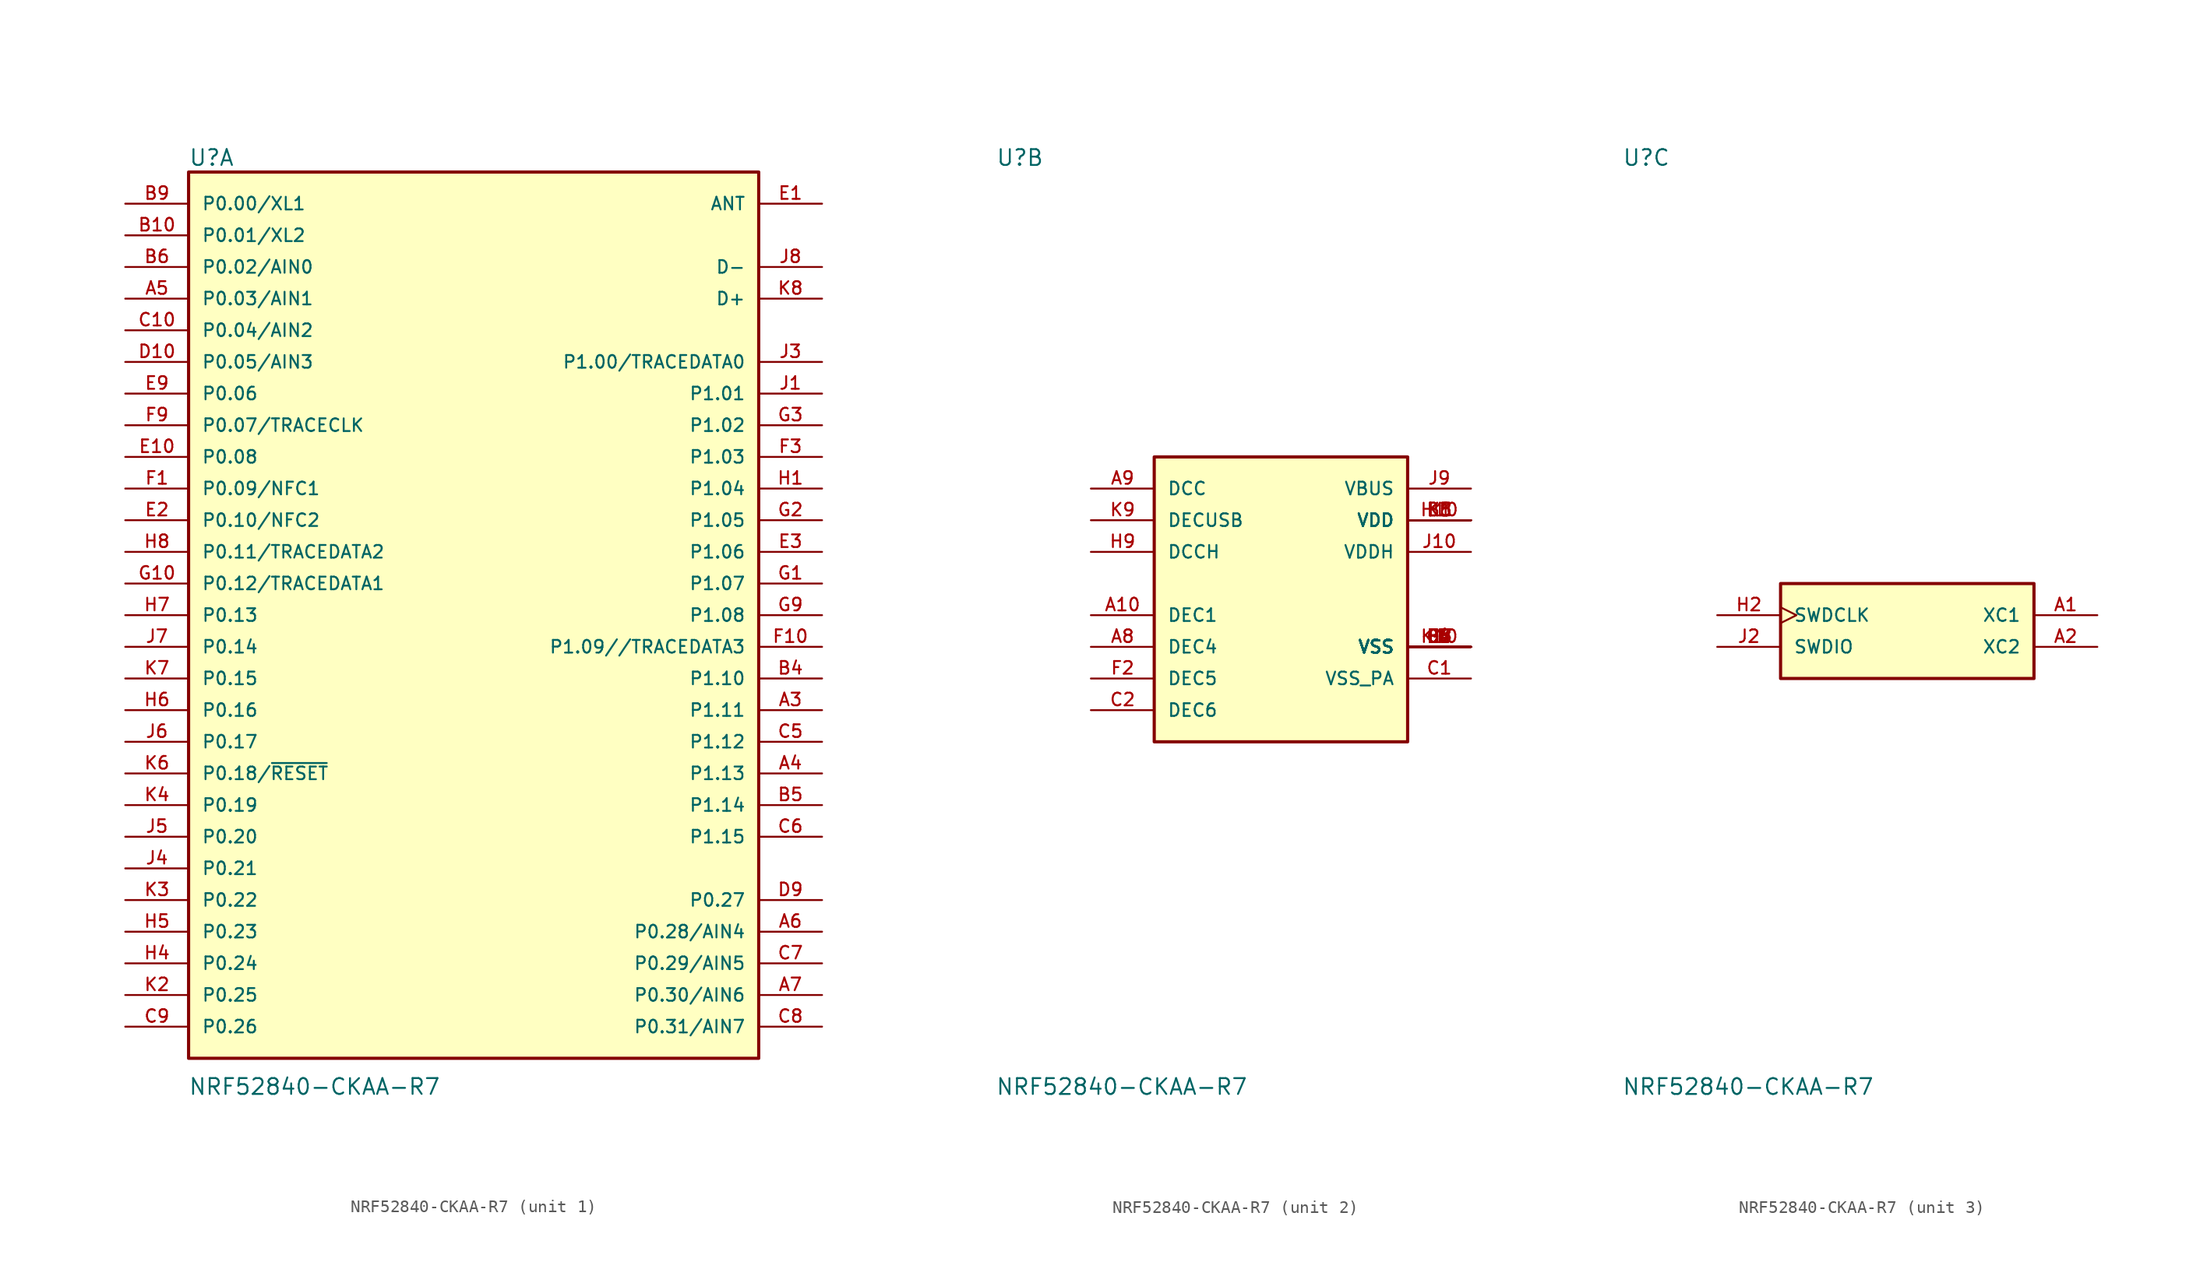
<source format=kicad_sym>
(kicad_symbol_lib
  (version 20211014)
  (generator kicad_symbol_editor)
  (symbol "NRF52840-CKAA-R7"
    (pin_names
      (offset 1.016))
    (property "Reference" "U"
      (at -22.871 35.966 0)
      (effects (font (size 1.27 1.27)) (justify bottom left)))
    (property "Value" "NRF52840-CKAA-R7"
      (at -22.899 -38.58 0)
      (effects (font (size 1.27 1.27)) (justify bottom left)))
    (symbol "NRF52840-CKAA-R7_1_0"
      (rectangle (start -22.86 -35.56) (end 22.86 35.56) (stroke (width 0.254)) (fill (type background)))
      (pin bidirectional line (at -27.94 33.02 0) (length 5.08) (name "P0.00/XL1" (effects (font (size 1.016 1.016)))) (number "B9" (effects (font (size 1.016 1.016)))))
      (pin bidirectional line (at -27.94 30.48 0) (length 5.08) (name "P0.01/XL2" (effects (font (size 1.016 1.016)))) (number "B10" (effects (font (size 1.016 1.016)))))
      (pin bidirectional line (at -27.94 27.94 0) (length 5.08) (name "P0.02/AIN0" (effects (font (size 1.016 1.016)))) (number "B6" (effects (font (size 1.016 1.016)))))
      (pin bidirectional line (at -27.94 25.4 0) (length 5.08) (name "P0.03/AIN1" (effects (font (size 1.016 1.016)))) (number "A5" (effects (font (size 1.016 1.016)))))
      (pin bidirectional line (at -27.94 22.86 0) (length 5.08) (name "P0.04/AIN2" (effects (font (size 1.016 1.016)))) (number "C10" (effects (font (size 1.016 1.016)))))
      (pin bidirectional line (at -27.94 20.32 0) (length 5.08) (name "P0.05/AIN3" (effects (font (size 1.016 1.016)))) (number "D10" (effects (font (size 1.016 1.016)))))
      (pin bidirectional line (at -27.94 17.78 0) (length 5.08) (name "P0.06" (effects (font (size 1.016 1.016)))) (number "E9" (effects (font (size 1.016 1.016)))))
      (pin bidirectional line (at -27.94 15.24 0) (length 5.08) (name "P0.07/TRACECLK" (effects (font (size 1.016 1.016)))) (number "F9" (effects (font (size 1.016 1.016)))))
      (pin bidirectional line (at -27.94 12.7 0) (length 5.08) (name "P0.08" (effects (font (size 1.016 1.016)))) (number "E10" (effects (font (size 1.016 1.016)))))
      (pin bidirectional line (at -27.94 10.16 0) (length 5.08) (name "P0.09/NFC1" (effects (font (size 1.016 1.016)))) (number "F1" (effects (font (size 1.016 1.016)))))
      (pin bidirectional line (at -27.94 7.62 0) (length 5.08) (name "P0.10/NFC2" (effects (font (size 1.016 1.016)))) (number "E2" (effects (font (size 1.016 1.016)))))
      (pin bidirectional line (at -27.94 5.08 0) (length 5.08) (name "P0.11/TRACEDATA2" (effects (font (size 1.016 1.016)))) (number "H8" (effects (font (size 1.016 1.016)))))
      (pin bidirectional line (at -27.94 2.54 0) (length 5.08) (name "P0.12/TRACEDATA1" (effects (font (size 1.016 1.016)))) (number "G10" (effects (font (size 1.016 1.016)))))
      (pin bidirectional line (at -27.94 0.0 0) (length 5.08) (name "P0.13" (effects (font (size 1.016 1.016)))) (number "H7" (effects (font (size 1.016 1.016)))))
      (pin bidirectional line (at -27.94 -2.54 0) (length 5.08) (name "P0.14" (effects (font (size 1.016 1.016)))) (number "J7" (effects (font (size 1.016 1.016)))))
      (pin bidirectional line (at -27.94 -5.08 0) (length 5.08) (name "P0.15" (effects (font (size 1.016 1.016)))) (number "K7" (effects (font (size 1.016 1.016)))))
      (pin bidirectional line (at -27.94 -7.62 0) (length 5.08) (name "P0.16" (effects (font (size 1.016 1.016)))) (number "H6" (effects (font (size 1.016 1.016)))))
      (pin bidirectional line (at -27.94 -10.16 0) (length 5.08) (name "P0.17" (effects (font (size 1.016 1.016)))) (number "J6" (effects (font (size 1.016 1.016)))))
      (pin bidirectional line (at -27.94 -12.7 0) (length 5.08) (name "P0.18/~{RESET}" (effects (font (size 1.016 1.016)))) (number "K6" (effects (font (size 1.016 1.016)))))
      (pin bidirectional line (at -27.94 -15.24 0) (length 5.08) (name "P0.19" (effects (font (size 1.016 1.016)))) (number "K4" (effects (font (size 1.016 1.016)))))
      (pin bidirectional line (at -27.94 -17.78 0) (length 5.08) (name "P0.20" (effects (font (size 1.016 1.016)))) (number "J5" (effects (font (size 1.016 1.016)))))
      (pin bidirectional line (at -27.94 -20.32 0) (length 5.08) (name "P0.21" (effects (font (size 1.016 1.016)))) (number "J4" (effects (font (size 1.016 1.016)))))
      (pin bidirectional line (at -27.94 -22.86 0) (length 5.08) (name "P0.22" (effects (font (size 1.016 1.016)))) (number "K3" (effects (font (size 1.016 1.016)))))
      (pin bidirectional line (at -27.94 -25.4 0) (length 5.08) (name "P0.23" (effects (font (size 1.016 1.016)))) (number "H5" (effects (font (size 1.016 1.016)))))
      (pin bidirectional line (at -27.94 -27.94 0) (length 5.08) (name "P0.24" (effects (font (size 1.016 1.016)))) (number "H4" (effects (font (size 1.016 1.016)))))
      (pin bidirectional line (at -27.94 -30.48 0) (length 5.08) (name "P0.25" (effects (font (size 1.016 1.016)))) (number "K2" (effects (font (size 1.016 1.016)))))
      (pin bidirectional line (at -27.94 -33.02 0) (length 5.08) (name "P0.26" (effects (font (size 1.016 1.016)))) (number "C9" (effects (font (size 1.016 1.016)))))
      (pin bidirectional line (at 27.94 -22.86 180.0) (length 5.08) (name "P0.27" (effects (font (size 1.016 1.016)))) (number "D9" (effects (font (size 1.016 1.016)))))
      (pin bidirectional line (at 27.94 -25.4 180.0) (length 5.08) (name "P0.28/AIN4" (effects (font (size 1.016 1.016)))) (number "A6" (effects (font (size 1.016 1.016)))))
      (pin bidirectional line (at 27.94 -27.94 180.0) (length 5.08) (name "P0.29/AIN5" (effects (font (size 1.016 1.016)))) (number "C7" (effects (font (size 1.016 1.016)))))
      (pin bidirectional line (at 27.94 -30.48 180.0) (length 5.08) (name "P0.30/AIN6" (effects (font (size 1.016 1.016)))) (number "A7" (effects (font (size 1.016 1.016)))))
      (pin bidirectional line (at 27.94 -33.02 180.0) (length 5.08) (name "P0.31/AIN7" (effects (font (size 1.016 1.016)))) (number "C8" (effects (font (size 1.016 1.016)))))
      (pin bidirectional line (at 27.94 20.32 180.0) (length 5.08) (name "P1.00/TRACEDATA0" (effects (font (size 1.016 1.016)))) (number "J3" (effects (font (size 1.016 1.016)))))
      (pin bidirectional line (at 27.94 17.78 180.0) (length 5.08) (name "P1.01" (effects (font (size 1.016 1.016)))) (number "J1" (effects (font (size 1.016 1.016)))))
      (pin bidirectional line (at 27.94 15.24 180.0) (length 5.08) (name "P1.02" (effects (font (size 1.016 1.016)))) (number "G3" (effects (font (size 1.016 1.016)))))
      (pin bidirectional line (at 27.94 12.7 180.0) (length 5.08) (name "P1.03" (effects (font (size 1.016 1.016)))) (number "F3" (effects (font (size 1.016 1.016)))))
      (pin bidirectional line (at 27.94 10.16 180.0) (length 5.08) (name "P1.04" (effects (font (size 1.016 1.016)))) (number "H1" (effects (font (size 1.016 1.016)))))
      (pin bidirectional line (at 27.94 7.62 180.0) (length 5.08) (name "P1.05" (effects (font (size 1.016 1.016)))) (number "G2" (effects (font (size 1.016 1.016)))))
      (pin bidirectional line (at 27.94 5.08 180.0) (length 5.08) (name "P1.06" (effects (font (size 1.016 1.016)))) (number "E3" (effects (font (size 1.016 1.016)))))
      (pin bidirectional line (at 27.94 2.54 180.0) (length 5.08) (name "P1.07" (effects (font (size 1.016 1.016)))) (number "G1" (effects (font (size 1.016 1.016)))))
      (pin bidirectional line (at 27.94 0.0 180.0) (length 5.08) (name "P1.08" (effects (font (size 1.016 1.016)))) (number "G9" (effects (font (size 1.016 1.016)))))
      (pin bidirectional line (at 27.94 -2.54 180.0) (length 5.08) (name "P1.09//TRACEDATA3" (effects (font (size 1.016 1.016)))) (number "F10" (effects (font (size 1.016 1.016)))))
      (pin bidirectional line (at 27.94 -5.08 180.0) (length 5.08) (name "P1.10" (effects (font (size 1.016 1.016)))) (number "B4" (effects (font (size 1.016 1.016)))))
      (pin bidirectional line (at 27.94 -7.62 180.0) (length 5.08) (name "P1.11" (effects (font (size 1.016 1.016)))) (number "A3" (effects (font (size 1.016 1.016)))))
      (pin bidirectional line (at 27.94 -10.16 180.0) (length 5.08) (name "P1.12" (effects (font (size 1.016 1.016)))) (number "C5" (effects (font (size 1.016 1.016)))))
      (pin bidirectional line (at 27.94 -12.7 180.0) (length 5.08) (name "P1.13" (effects (font (size 1.016 1.016)))) (number "A4" (effects (font (size 1.016 1.016)))))
      (pin bidirectional line (at 27.94 -15.24 180.0) (length 5.08) (name "P1.14" (effects (font (size 1.016 1.016)))) (number "B5" (effects (font (size 1.016 1.016)))))
      (pin bidirectional line (at 27.94 -17.78 180.0) (length 5.08) (name "P1.15" (effects (font (size 1.016 1.016)))) (number "C6" (effects (font (size 1.016 1.016)))))
      (pin bidirectional line (at 27.94 33.02 180.0) (length 5.08) (name "ANT" (effects (font (size 1.016 1.016)))) (number "E1" (effects (font (size 1.016 1.016)))))
      (pin bidirectional line (at 27.94 27.94 180.0) (length 5.08) (name "D-" (effects (font (size 1.016 1.016)))) (number "J8" (effects (font (size 1.016 1.016)))))
      (pin bidirectional line (at 27.94 25.4 180.0) (length 5.08) (name "D+" (effects (font (size 1.016 1.016)))) (number "K8" (effects (font (size 1.016 1.016))))))
    (symbol "NRF52840-CKAA-R7_2_0"
      (rectangle (start -10.16 -10.16) (end 10.16 12.7) (stroke (width 0.254)) (fill (type background)))
      (pin power_in line (at -15.24 -7.62 0) (length 5.08) (name "DEC6" (effects (font (size 1.016 1.016)))) (number "C2" (effects (font (size 1.016 1.016)))))
      (pin power_in line (at 15.24 7.62 180.0) (length 5.08) (name "VDD" (effects (font (size 1.016 1.016)))) (number "B3" (effects (font (size 1.016 1.016)))))
      (pin power_in line (at 15.24 7.62 180.0) (length 5.08) (name "VDD" (effects (font (size 1.016 1.016)))) (number "B8" (effects (font (size 1.016 1.016)))))
      (pin power_in line (at 15.24 7.62 180.0) (length 5.08) (name "VDD" (effects (font (size 1.016 1.016)))) (number "H10" (effects (font (size 1.016 1.016)))))
      (pin power_in line (at 15.24 7.62 180.0) (length 5.08) (name "VDD" (effects (font (size 1.016 1.016)))) (number "K1" (effects (font (size 1.016 1.016)))))
      (pin power_in line (at 15.24 7.62 180.0) (length 5.08) (name "VDD" (effects (font (size 1.016 1.016)))) (number "K5" (effects (font (size 1.016 1.016)))))
      (pin power_in line (at -15.24 10.16 0) (length 5.08) (name "DCC" (effects (font (size 1.016 1.016)))) (number "A9" (effects (font (size 1.016 1.016)))))
      (pin power_in line (at -15.24 0.0 0) (length 5.08) (name "DEC1" (effects (font (size 1.016 1.016)))) (number "A10" (effects (font (size 1.016 1.016)))))
      (pin power_in line (at -15.24 -2.54 0) (length 5.08) (name "DEC4" (effects (font (size 1.016 1.016)))) (number "A8" (effects (font (size 1.016 1.016)))))
      (pin power_in line (at 15.24 -2.54 180.0) (length 5.08) (name "VSS" (effects (font (size 1.016 1.016)))) (number "B7" (effects (font (size 1.016 1.016)))))
      (pin power_in line (at 15.24 -2.54 180.0) (length 5.08) (name "VSS" (effects (font (size 1.016 1.016)))) (number "C4" (effects (font (size 1.016 1.016)))))
      (pin power_in line (at 15.24 -2.54 180.0) (length 5.08) (name "VSS" (effects (font (size 1.016 1.016)))) (number "D3" (effects (font (size 1.016 1.016)))))
      (pin power_in line (at 15.24 -2.54 180.0) (length 5.08) (name "VSS" (effects (font (size 1.016 1.016)))) (number "D4" (effects (font (size 1.016 1.016)))))
      (pin power_in line (at 15.24 -2.54 180.0) (length 5.08) (name "VSS" (effects (font (size 1.016 1.016)))) (number "D5" (effects (font (size 1.016 1.016)))))
      (pin power_in line (at 15.24 -2.54 180.0) (length 5.08) (name "VSS" (effects (font (size 1.016 1.016)))) (number "D6" (effects (font (size 1.016 1.016)))))
      (pin power_in line (at 15.24 -2.54 180.0) (length 5.08) (name "VSS" (effects (font (size 1.016 1.016)))) (number "D7" (effects (font (size 1.016 1.016)))))
      (pin power_in line (at 15.24 -2.54 180.0) (length 5.08) (name "VSS" (effects (font (size 1.016 1.016)))) (number "D8" (effects (font (size 1.016 1.016)))))
      (pin power_in line (at 15.24 -2.54 180.0) (length 5.08) (name "VSS" (effects (font (size 1.016 1.016)))) (number "E4" (effects (font (size 1.016 1.016)))))
      (pin power_in line (at 15.24 -2.54 180.0) (length 5.08) (name "VSS" (effects (font (size 1.016 1.016)))) (number "E5" (effects (font (size 1.016 1.016)))))
      (pin power_in line (at 15.24 -2.54 180.0) (length 5.08) (name "VSS" (effects (font (size 1.016 1.016)))) (number "E6" (effects (font (size 1.016 1.016)))))
      (pin power_in line (at 15.24 -2.54 180.0) (length 5.08) (name "VSS" (effects (font (size 1.016 1.016)))) (number "E7" (effects (font (size 1.016 1.016)))))
      (pin power_in line (at 15.24 -2.54 180.0) (length 5.08) (name "VSS" (effects (font (size 1.016 1.016)))) (number "E8" (effects (font (size 1.016 1.016)))))
      (pin power_in line (at 15.24 -2.54 180.0) (length 5.08) (name "VSS" (effects (font (size 1.016 1.016)))) (number "F4" (effects (font (size 1.016 1.016)))))
      (pin power_in line (at 15.24 -2.54 180.0) (length 5.08) (name "VSS" (effects (font (size 1.016 1.016)))) (number "F5" (effects (font (size 1.016 1.016)))))
      (pin power_in line (at 15.24 -2.54 180.0) (length 5.08) (name "VSS" (effects (font (size 1.016 1.016)))) (number "F6" (effects (font (size 1.016 1.016)))))
      (pin power_in line (at 15.24 -2.54 180.0) (length 5.08) (name "VSS" (effects (font (size 1.016 1.016)))) (number "F7" (effects (font (size 1.016 1.016)))))
      (pin power_in line (at 15.24 -2.54 180.0) (length 5.08) (name "VSS" (effects (font (size 1.016 1.016)))) (number "F8" (effects (font (size 1.016 1.016)))))
      (pin power_in line (at 15.24 -2.54 180.0) (length 5.08) (name "VSS" (effects (font (size 1.016 1.016)))) (number "G4" (effects (font (size 1.016 1.016)))))
      (pin power_in line (at 15.24 -2.54 180.0) (length 5.08) (name "VSS" (effects (font (size 1.016 1.016)))) (number "G5" (effects (font (size 1.016 1.016)))))
      (pin power_in line (at 15.24 -2.54 180.0) (length 5.08) (name "VSS" (effects (font (size 1.016 1.016)))) (number "G6" (effects (font (size 1.016 1.016)))))
      (pin power_in line (at 15.24 -2.54 180.0) (length 5.08) (name "VSS" (effects (font (size 1.016 1.016)))) (number "G7" (effects (font (size 1.016 1.016)))))
      (pin power_in line (at 15.24 -2.54 180.0) (length 5.08) (name "VSS" (effects (font (size 1.016 1.016)))) (number "G8" (effects (font (size 1.016 1.016)))))
      (pin power_in line (at 15.24 -2.54 180.0) (length 5.08) (name "VSS" (effects (font (size 1.016 1.016)))) (number "K10" (effects (font (size 1.016 1.016)))))
      (pin power_in line (at 15.24 -5.08 180.0) (length 5.08) (name "VSS_PA" (effects (font (size 1.016 1.016)))) (number "C1" (effects (font (size 1.016 1.016)))))
      (pin power_in line (at -15.24 -5.08 0) (length 5.08) (name "DEC5" (effects (font (size 1.016 1.016)))) (number "F2" (effects (font (size 1.016 1.016)))))
      (pin power_in line (at 15.24 5.08 180.0) (length 5.08) (name "VDDH" (effects (font (size 1.016 1.016)))) (number "J10" (effects (font (size 1.016 1.016)))))
      (pin power_in line (at -15.24 5.08 0) (length 5.08) (name "DCCH" (effects (font (size 1.016 1.016)))) (number "H9" (effects (font (size 1.016 1.016)))))
      (pin power_in line (at -15.24 7.62 0) (length 5.08) (name "DECUSB" (effects (font (size 1.016 1.016)))) (number "K9" (effects (font (size 1.016 1.016)))))
      (pin power_in line (at 15.24 10.16 180.0) (length 5.08) (name "VBUS" (effects (font (size 1.016 1.016)))) (number "J9" (effects (font (size 1.016 1.016))))))
    (symbol "NRF52840-CKAA-R7_3_0"
      (rectangle (start -10.16 -5.08) (end 10.16 2.54) (stroke (width 0.254)) (fill (type background)))
      (pin input line (at 15.24 -2.54 180.0) (length 5.08) (name "XC2" (effects (font (size 1.016 1.016)))) (number "A2" (effects (font (size 1.016 1.016)))))
      (pin input line (at 15.24 0.0 180.0) (length 5.08) (name "XC1" (effects (font (size 1.016 1.016)))) (number "A1" (effects (font (size 1.016 1.016)))))
      (pin input clock (at -15.24 0.0 0) (length 5.08) (name "SWDCLK" (effects (font (size 1.016 1.016)))) (number "H2" (effects (font (size 1.016 1.016)))))
      (pin bidirectional line (at -15.24 -2.54 0) (length 5.08) (name "SWDIO" (effects (font (size 1.016 1.016)))) (number "J2" (effects (font (size 1.016 1.016))))))))
</source>
